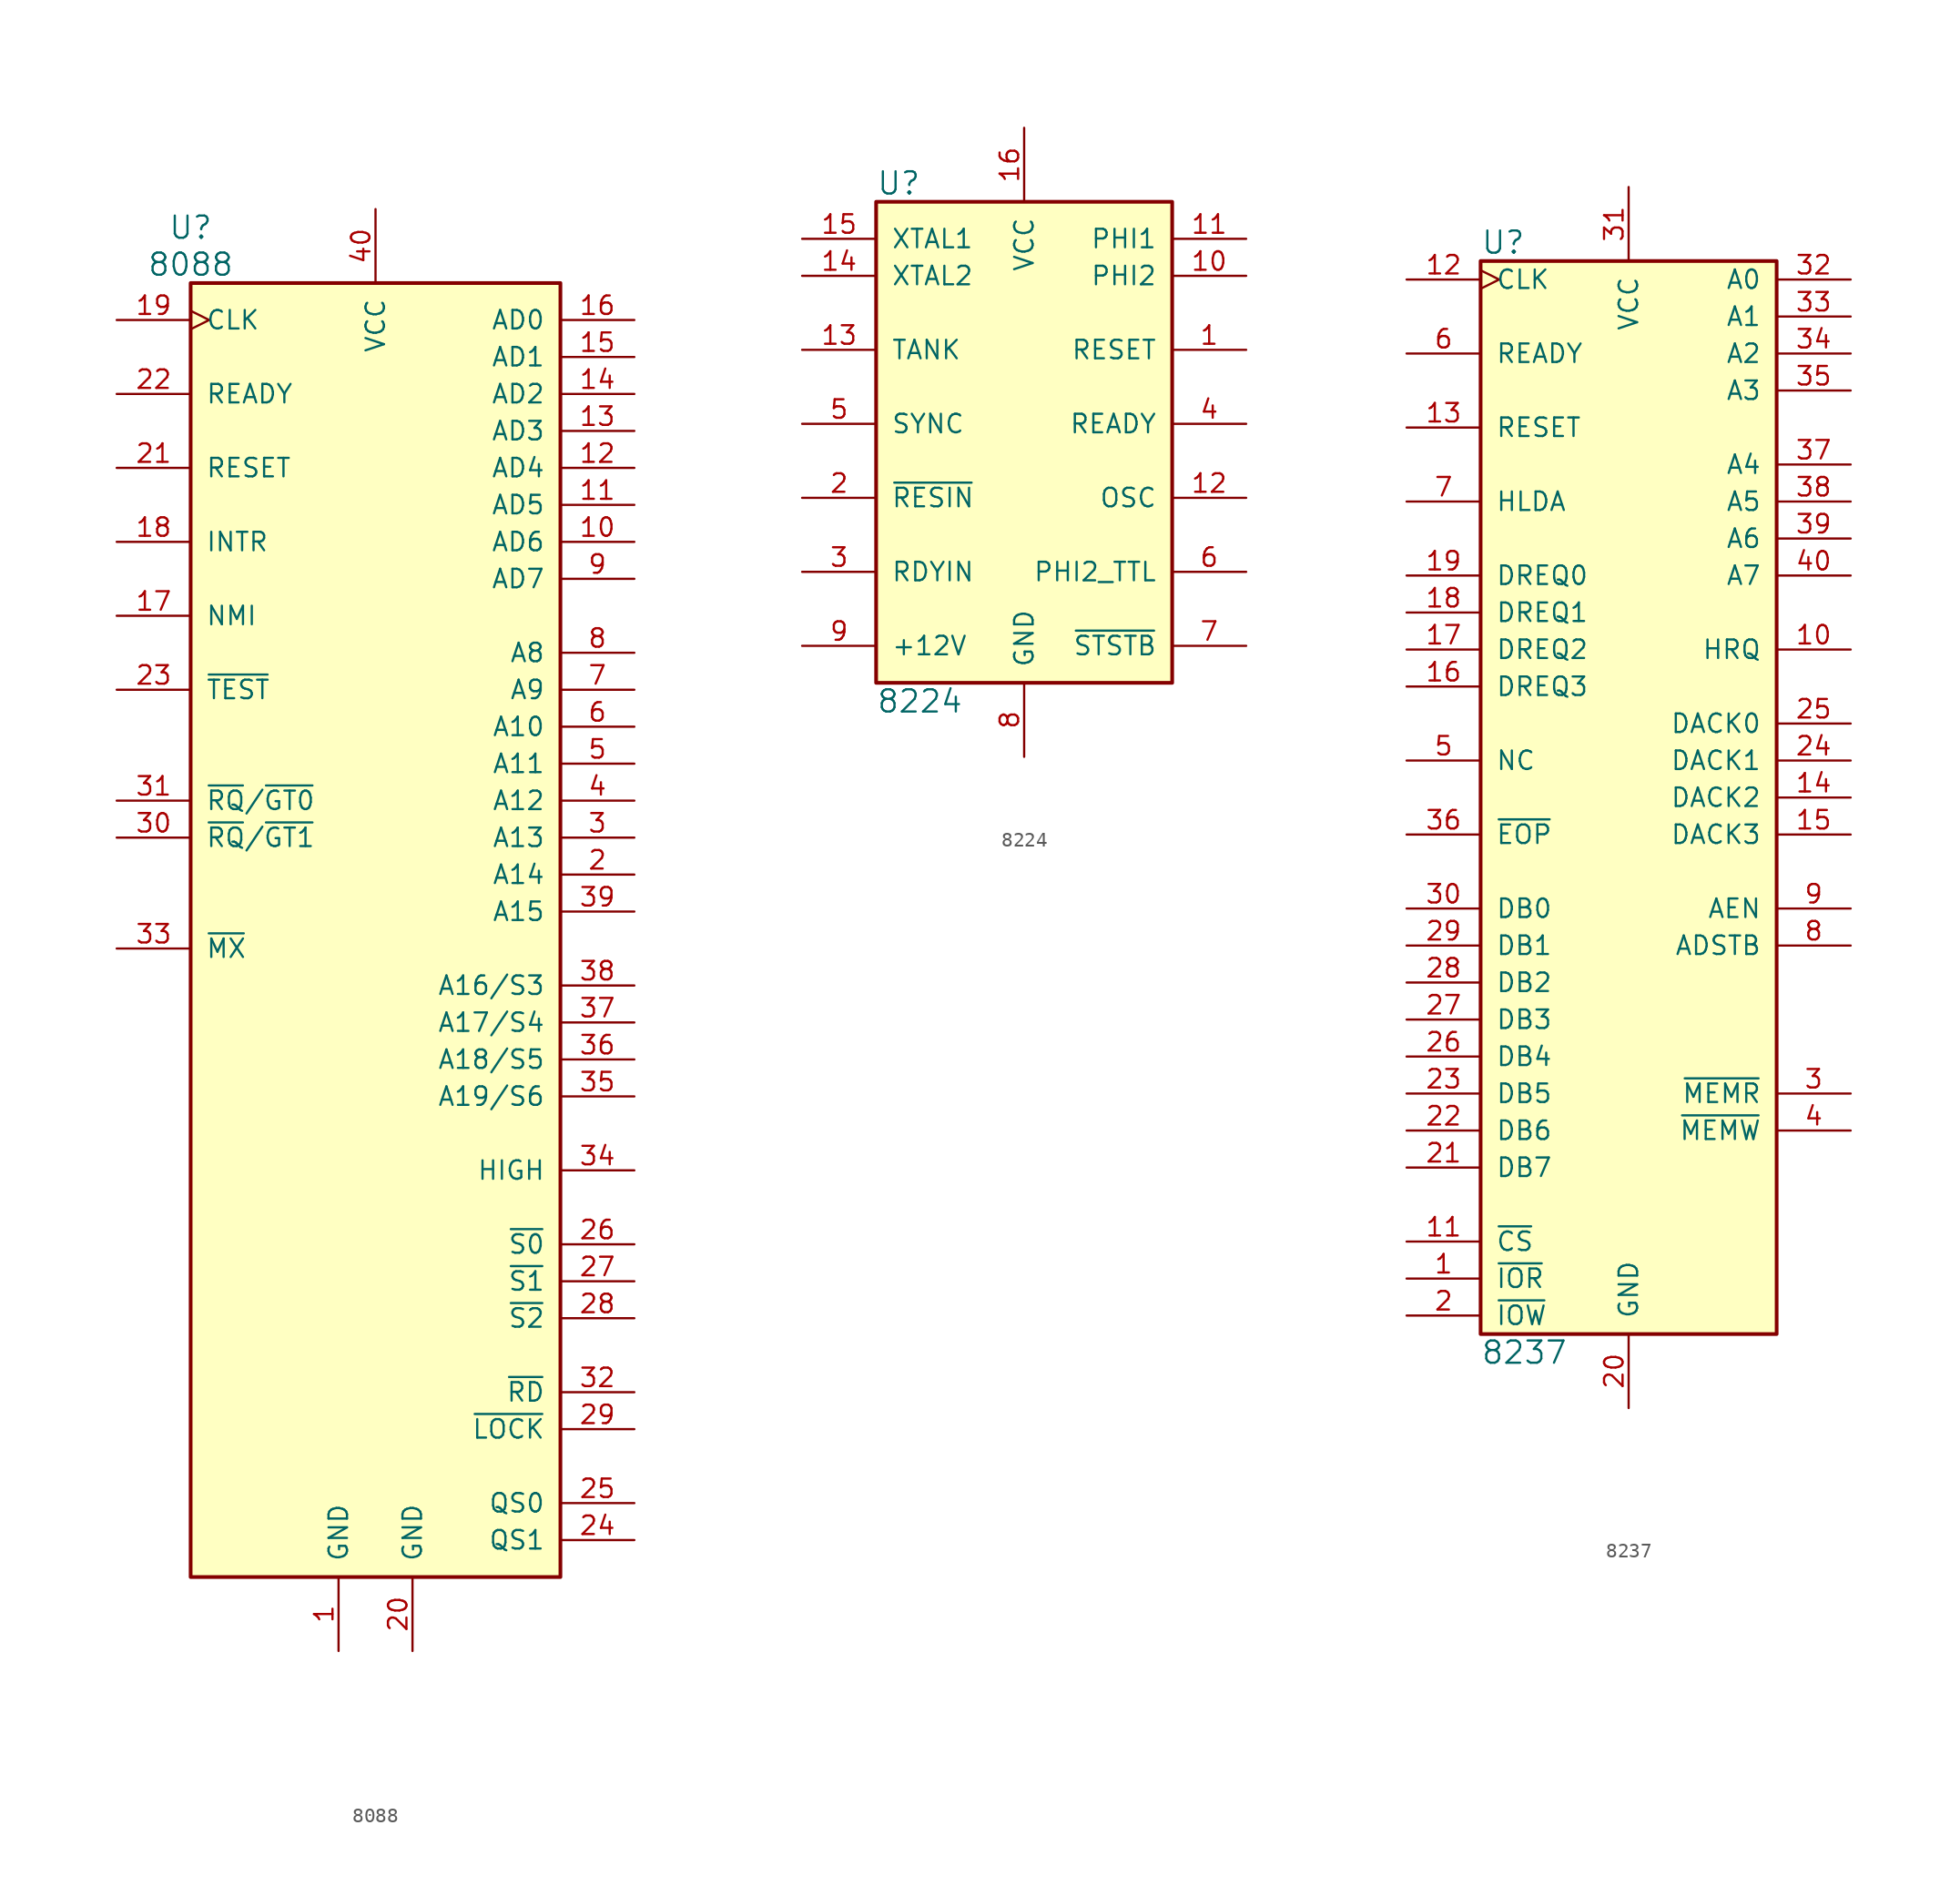
<source format=kicad_sym>
(kicad_symbol_lib
  (version 20211014)
  (generator kicad_symbol_editor)
  (symbol "8088"
    (pin_names
      (offset 1.016))
    (property "Reference" "U"
      (at -12.7 48.26 0)
      (effects (font (size 1.524 1.524))))
    (property "Value" "8088"
      (at -12.7 45.72 0)
      (effects (font (size 1.524 1.524))))
    (property "Datasheet" ""
      (at 0 0 0)
      (effects (font (size 1.524 1.524))))
    (symbol "8088_0_1"
      (rectangle (start -12.7 44.45) (end 12.7 -44.45) (stroke (width 0.254) (type default) (color 0 0 0 0)) (fill (type background))))
    (symbol "8088_1_1"
      (pin power_in line (at -2.54 -49.53 90) (length 5.08) (name "GND" (effects (font (size 1.27 1.27)))) (number "1" (effects (font (size 1.27 1.27)))))
      (pin bidirectional line (at 17.78 26.67 180) (length 5.08) (name "AD6" (effects (font (size 1.27 1.27)))) (number "10" (effects (font (size 1.27 1.27)))))
      (pin bidirectional line (at 17.78 29.21 180) (length 5.08) (name "AD5" (effects (font (size 1.27 1.27)))) (number "11" (effects (font (size 1.27 1.27)))))
      (pin bidirectional line (at 17.78 31.75 180) (length 5.08) (name "AD4" (effects (font (size 1.27 1.27)))) (number "12" (effects (font (size 1.27 1.27)))))
      (pin bidirectional line (at 17.78 34.29 180) (length 5.08) (name "AD3" (effects (font (size 1.27 1.27)))) (number "13" (effects (font (size 1.27 1.27)))))
      (pin bidirectional line (at 17.78 36.83 180) (length 5.08) (name "AD2" (effects (font (size 1.27 1.27)))) (number "14" (effects (font (size 1.27 1.27)))))
      (pin bidirectional line (at 17.78 39.37 180) (length 5.08) (name "AD1" (effects (font (size 1.27 1.27)))) (number "15" (effects (font (size 1.27 1.27)))))
      (pin bidirectional line (at 17.78 41.91 180) (length 5.08) (name "AD0" (effects (font (size 1.27 1.27)))) (number "16" (effects (font (size 1.27 1.27)))))
      (pin input line (at -17.78 21.59 0) (length 5.08) (name "NMI" (effects (font (size 1.27 1.27)))) (number "17" (effects (font (size 1.27 1.27)))))
      (pin input line (at -17.78 26.67 0) (length 5.08) (name "INTR" (effects (font (size 1.27 1.27)))) (number "18" (effects (font (size 1.27 1.27)))))
      (pin input clock (at -17.78 41.91 0) (length 5.08) (name "CLK" (effects (font (size 1.27 1.27)))) (number "19" (effects (font (size 1.27 1.27)))))
      (pin output line (at 17.78 3.81 180) (length 5.08) (name "A14" (effects (font (size 1.27 1.27)))) (number "2" (effects (font (size 1.27 1.27)))))
      (pin power_in line (at 2.54 -49.53 90) (length 5.08) (name "GND" (effects (font (size 1.27 1.27)))) (number "20" (effects (font (size 1.27 1.27)))))
      (pin input line (at -17.78 31.75 0) (length 5.08) (name "RESET" (effects (font (size 1.27 1.27)))) (number "21" (effects (font (size 1.27 1.27)))))
      (pin input line (at -17.78 36.83 0) (length 5.08) (name "READY" (effects (font (size 1.27 1.27)))) (number "22" (effects (font (size 1.27 1.27)))))
      (pin input line (at -17.78 16.51 0) (length 5.08) (name "~{TEST}" (effects (font (size 1.27 1.27)))) (number "23" (effects (font (size 1.27 1.27)))))
      (pin output line (at 17.78 -41.91 180) (length 5.08) (name "QS1" (effects (font (size 1.27 1.27)))) (number "24" (effects (font (size 1.27 1.27)))))
      (pin output line (at 17.78 -39.37 180) (length 5.08) (name "QS0" (effects (font (size 1.27 1.27)))) (number "25" (effects (font (size 1.27 1.27)))))
      (pin output line (at 17.78 -21.59 180) (length 5.08) (name "~{S0}" (effects (font (size 1.27 1.27)))) (number "26" (effects (font (size 1.27 1.27)))))
      (pin output line (at 17.78 -24.13 180) (length 5.08) (name "~{S1}" (effects (font (size 1.27 1.27)))) (number "27" (effects (font (size 1.27 1.27)))))
      (pin output line (at 17.78 -26.67 180) (length 5.08) (name "~{S2}" (effects (font (size 1.27 1.27)))) (number "28" (effects (font (size 1.27 1.27)))))
      (pin output line (at 17.78 -34.29 180) (length 5.08) (name "~{LOCK}" (effects (font (size 1.27 1.27)))) (number "29" (effects (font (size 1.27 1.27)))))
      (pin output line (at 17.78 6.35 180) (length 5.08) (name "A13" (effects (font (size 1.27 1.27)))) (number "3" (effects (font (size 1.27 1.27)))))
      (pin bidirectional line (at -17.78 6.35 0) (length 5.08) (name "~{RQ}/~{GT1}" (effects (font (size 1.27 1.27)))) (number "30" (effects (font (size 1.27 1.27)))))
      (pin bidirectional line (at -17.78 8.89 0) (length 5.08) (name "~{RQ}/~{GT0}" (effects (font (size 1.27 1.27)))) (number "31" (effects (font (size 1.27 1.27)))))
      (pin output line (at 17.78 -31.75 180) (length 5.08) (name "~{RD}" (effects (font (size 1.27 1.27)))) (number "32" (effects (font (size 1.27 1.27)))))
      (pin input line (at -17.78 -1.27 0) (length 5.08) (name "~{MX}" (effects (font (size 1.27 1.27)))) (number "33" (effects (font (size 1.27 1.27)))))
      (pin output line (at 17.78 -16.51 180) (length 5.08) (name "HIGH" (effects (font (size 1.27 1.27)))) (number "34" (effects (font (size 1.27 1.27)))))
      (pin output line (at 17.78 -11.43 180) (length 5.08) (name "A19/S6" (effects (font (size 1.27 1.27)))) (number "35" (effects (font (size 1.27 1.27)))))
      (pin output line (at 17.78 -8.89 180) (length 5.08) (name "A18/S5" (effects (font (size 1.27 1.27)))) (number "36" (effects (font (size 1.27 1.27)))))
      (pin output line (at 17.78 -6.35 180) (length 5.08) (name "A17/S4" (effects (font (size 1.27 1.27)))) (number "37" (effects (font (size 1.27 1.27)))))
      (pin output line (at 17.78 -3.81 180) (length 5.08) (name "A16/S3" (effects (font (size 1.27 1.27)))) (number "38" (effects (font (size 1.27 1.27)))))
      (pin output line (at 17.78 1.27 180) (length 5.08) (name "A15" (effects (font (size 1.27 1.27)))) (number "39" (effects (font (size 1.27 1.27)))))
      (pin output line (at 17.78 8.89 180) (length 5.08) (name "A12" (effects (font (size 1.27 1.27)))) (number "4" (effects (font (size 1.27 1.27)))))
      (pin power_in line (at 0 49.53 270) (length 5.08) (name "VCC" (effects (font (size 1.27 1.27)))) (number "40" (effects (font (size 1.27 1.27)))))
      (pin output line (at 17.78 11.43 180) (length 5.08) (name "A11" (effects (font (size 1.27 1.27)))) (number "5" (effects (font (size 1.27 1.27)))))
      (pin output line (at 17.78 13.97 180) (length 5.08) (name "A10" (effects (font (size 1.27 1.27)))) (number "6" (effects (font (size 1.27 1.27)))))
      (pin output line (at 17.78 16.51 180) (length 5.08) (name "A9" (effects (font (size 1.27 1.27)))) (number "7" (effects (font (size 1.27 1.27)))))
      (pin output line (at 17.78 19.05 180) (length 5.08) (name "A8" (effects (font (size 1.27 1.27)))) (number "8" (effects (font (size 1.27 1.27)))))
      (pin bidirectional line (at 17.78 24.13 180) (length 5.08) (name "AD7" (effects (font (size 1.27 1.27)))) (number "9" (effects (font (size 1.27 1.27)))))))
  (symbol "8224"
    (pin_names
      (offset 1.016))
    (property "Reference" "U"
      (at -10.16 17.78 0)
      (effects (font (size 1.524 1.524)) (justify left)))
    (property "Value" "8224"
      (at -10.16 -17.78 0)
      (effects (font (size 1.524 1.524)) (justify left)))
    (symbol "8224_0_1"
      (rectangle (start -10.16 16.51) (end 10.16 -16.51) (stroke (width 0.254) (type default) (color 0 0 0 0)) (fill (type background))))
    (symbol "8224_1_1"
      (pin output line (at 15.24 6.35 180) (length 5.08) (name "RESET" (effects (font (size 1.27 1.27)))) (number "1" (effects (font (size 1.27 1.27)))))
      (pin output line (at 15.24 11.43 180) (length 5.08) (name "PHI2" (effects (font (size 1.27 1.27)))) (number "10" (effects (font (size 1.27 1.27)))))
      (pin output line (at 15.24 13.97 180) (length 5.08) (name "PHI1" (effects (font (size 1.27 1.27)))) (number "11" (effects (font (size 1.27 1.27)))))
      (pin output line (at 15.24 -3.81 180) (length 5.08) (name "OSC" (effects (font (size 1.27 1.27)))) (number "12" (effects (font (size 1.27 1.27)))))
      (pin input line (at -15.24 6.35 0) (length 5.08) (name "TANK" (effects (font (size 1.27 1.27)))) (number "13" (effects (font (size 1.27 1.27)))))
      (pin input line (at -15.24 11.43 0) (length 5.08) (name "XTAL2" (effects (font (size 1.27 1.27)))) (number "14" (effects (font (size 1.27 1.27)))))
      (pin input line (at -15.24 13.97 0) (length 5.08) (name "XTAL1" (effects (font (size 1.27 1.27)))) (number "15" (effects (font (size 1.27 1.27)))))
      (pin power_in line (at 0 21.59 270) (length 5.08) (name "VCC" (effects (font (size 1.27 1.27)))) (number "16" (effects (font (size 1.27 1.27)))))
      (pin input line (at -15.24 -3.81 0) (length 5.08) (name "~{RESIN}" (effects (font (size 1.27 1.27)))) (number "2" (effects (font (size 1.27 1.27)))))
      (pin input line (at -15.24 -8.89 0) (length 5.08) (name "RDYIN" (effects (font (size 1.27 1.27)))) (number "3" (effects (font (size 1.27 1.27)))))
      (pin output line (at 15.24 1.27 180) (length 5.08) (name "READY" (effects (font (size 1.27 1.27)))) (number "4" (effects (font (size 1.27 1.27)))))
      (pin input line (at -15.24 1.27 0) (length 5.08) (name "SYNC" (effects (font (size 1.27 1.27)))) (number "5" (effects (font (size 1.27 1.27)))))
      (pin output line (at 15.24 -8.89 180) (length 5.08) (name "PHI2_TTL" (effects (font (size 1.27 1.27)))) (number "6" (effects (font (size 1.27 1.27)))))
      (pin output line (at 15.24 -13.97 180) (length 5.08) (name "~{STSTB}" (effects (font (size 1.27 1.27)))) (number "7" (effects (font (size 1.27 1.27)))))
      (pin power_in line (at 0 -21.59 90) (length 5.08) (name "GND" (effects (font (size 1.27 1.27)))) (number "8" (effects (font (size 1.27 1.27)))))
      (pin power_in line (at -15.24 -13.97 0) (length 5.08) (name "+12V" (effects (font (size 1.27 1.27)))) (number "9" (effects (font (size 1.27 1.27)))))))
  (symbol "8237"
    (pin_names
      (offset 1.016))
    (property "Reference" "U"
      (at -10.16 38.1 0)
      (effects (font (size 1.524 1.524)) (justify left)))
    (property "Value" "8237"
      (at -10.16 -38.1 0)
      (effects (font (size 1.524 1.524)) (justify left)))
    (property "Datasheet" ""
      (at 0 0 0)
      (effects (font (size 1.524 1.524))))
    (symbol "8237_0_1"
      (rectangle (start -10.16 36.83) (end 10.16 -36.83) (stroke (width 0.254) (type default) (color 0 0 0 0)) (fill (type background))))
    (symbol "8237_1_1"
      (pin bidirectional line (at -15.24 -33.02 0) (length 5.08) (name "~{IOR}" (effects (font (size 1.27 1.27)))) (number "1" (effects (font (size 1.27 1.27)))))
      (pin output line (at 15.24 10.16 180) (length 5.08) (name "HRQ" (effects (font (size 1.27 1.27)))) (number "10" (effects (font (size 1.27 1.27)))))
      (pin input line (at -15.24 -30.48 0) (length 5.08) (name "~{CS}" (effects (font (size 1.27 1.27)))) (number "11" (effects (font (size 1.27 1.27)))))
      (pin input clock (at -15.24 35.56 0) (length 5.08) (name "CLK" (effects (font (size 1.27 1.27)))) (number "12" (effects (font (size 1.27 1.27)))))
      (pin input line (at -15.24 25.4 0) (length 5.08) (name "RESET" (effects (font (size 1.27 1.27)))) (number "13" (effects (font (size 1.27 1.27)))))
      (pin output line (at 15.24 0 180) (length 5.08) (name "DACK2" (effects (font (size 1.27 1.27)))) (number "14" (effects (font (size 1.27 1.27)))))
      (pin output line (at 15.24 -2.54 180) (length 5.08) (name "DACK3" (effects (font (size 1.27 1.27)))) (number "15" (effects (font (size 1.27 1.27)))))
      (pin input line (at -15.24 7.62 0) (length 5.08) (name "DREQ3" (effects (font (size 1.27 1.27)))) (number "16" (effects (font (size 1.27 1.27)))))
      (pin input line (at -15.24 10.16 0) (length 5.08) (name "DREQ2" (effects (font (size 1.27 1.27)))) (number "17" (effects (font (size 1.27 1.27)))))
      (pin input line (at -15.24 12.7 0) (length 5.08) (name "DREQ1" (effects (font (size 1.27 1.27)))) (number "18" (effects (font (size 1.27 1.27)))))
      (pin input line (at -15.24 15.24 0) (length 5.08) (name "DREQ0" (effects (font (size 1.27 1.27)))) (number "19" (effects (font (size 1.27 1.27)))))
      (pin bidirectional line (at -15.24 -35.56 0) (length 5.08) (name "~{IOW}" (effects (font (size 1.27 1.27)))) (number "2" (effects (font (size 1.27 1.27)))))
      (pin power_in line (at 0 -41.91 90) (length 5.08) (name "GND" (effects (font (size 1.27 1.27)))) (number "20" (effects (font (size 1.27 1.27)))))
      (pin bidirectional line (at -15.24 -25.4 0) (length 5.08) (name "DB7" (effects (font (size 1.27 1.27)))) (number "21" (effects (font (size 1.27 1.27)))))
      (pin bidirectional line (at -15.24 -22.86 0) (length 5.08) (name "DB6" (effects (font (size 1.27 1.27)))) (number "22" (effects (font (size 1.27 1.27)))))
      (pin bidirectional line (at -15.24 -20.32 0) (length 5.08) (name "DB5" (effects (font (size 1.27 1.27)))) (number "23" (effects (font (size 1.27 1.27)))))
      (pin output line (at 15.24 2.54 180) (length 5.08) (name "DACK1" (effects (font (size 1.27 1.27)))) (number "24" (effects (font (size 1.27 1.27)))))
      (pin output line (at 15.24 5.08 180) (length 5.08) (name "DACK0" (effects (font (size 1.27 1.27)))) (number "25" (effects (font (size 1.27 1.27)))))
      (pin bidirectional line (at -15.24 -17.78 0) (length 5.08) (name "DB4" (effects (font (size 1.27 1.27)))) (number "26" (effects (font (size 1.27 1.27)))))
      (pin bidirectional line (at -15.24 -15.24 0) (length 5.08) (name "DB3" (effects (font (size 1.27 1.27)))) (number "27" (effects (font (size 1.27 1.27)))))
      (pin bidirectional line (at -15.24 -12.7 0) (length 5.08) (name "DB2" (effects (font (size 1.27 1.27)))) (number "28" (effects (font (size 1.27 1.27)))))
      (pin bidirectional line (at -15.24 -10.16 0) (length 5.08) (name "DB1" (effects (font (size 1.27 1.27)))) (number "29" (effects (font (size 1.27 1.27)))))
      (pin tri_state line (at 15.24 -20.32 180) (length 5.08) (name "~{MEMR}" (effects (font (size 1.27 1.27)))) (number "3" (effects (font (size 1.27 1.27)))))
      (pin bidirectional line (at -15.24 -7.62 0) (length 5.08) (name "DB0" (effects (font (size 1.27 1.27)))) (number "30" (effects (font (size 1.27 1.27)))))
      (pin power_in line (at 0 41.91 270) (length 5.08) (name "VCC" (effects (font (size 1.27 1.27)))) (number "31" (effects (font (size 1.27 1.27)))))
      (pin bidirectional line (at 15.24 35.56 180) (length 5.08) (name "A0" (effects (font (size 1.27 1.27)))) (number "32" (effects (font (size 1.27 1.27)))))
      (pin bidirectional line (at 15.24 33.02 180) (length 5.08) (name "A1" (effects (font (size 1.27 1.27)))) (number "33" (effects (font (size 1.27 1.27)))))
      (pin bidirectional line (at 15.24 30.48 180) (length 5.08) (name "A2" (effects (font (size 1.27 1.27)))) (number "34" (effects (font (size 1.27 1.27)))))
      (pin bidirectional line (at 15.24 27.94 180) (length 5.08) (name "A3" (effects (font (size 1.27 1.27)))) (number "35" (effects (font (size 1.27 1.27)))))
      (pin bidirectional line (at -15.24 -2.54 0) (length 5.08) (name "~{EOP}" (effects (font (size 1.27 1.27)))) (number "36" (effects (font (size 1.27 1.27)))))
      (pin tri_state line (at 15.24 22.86 180) (length 5.08) (name "A4" (effects (font (size 1.27 1.27)))) (number "37" (effects (font (size 1.27 1.27)))))
      (pin tri_state line (at 15.24 20.32 180) (length 5.08) (name "A5" (effects (font (size 1.27 1.27)))) (number "38" (effects (font (size 1.27 1.27)))))
      (pin tri_state line (at 15.24 17.78 180) (length 5.08) (name "A6" (effects (font (size 1.27 1.27)))) (number "39" (effects (font (size 1.27 1.27)))))
      (pin tri_state line (at 15.24 -22.86 180) (length 5.08) (name "~{MEMW}" (effects (font (size 1.27 1.27)))) (number "4" (effects (font (size 1.27 1.27)))))
      (pin tri_state line (at 15.24 15.24 180) (length 5.08) (name "A7" (effects (font (size 1.27 1.27)))) (number "40" (effects (font (size 1.27 1.27)))))
      (pin input line (at -15.24 2.54 0) (length 5.08) (name "NC" (effects (font (size 1.27 1.27)))) (number "5" (effects (font (size 1.27 1.27)))))
      (pin input line (at -15.24 30.48 0) (length 5.08) (name "READY" (effects (font (size 1.27 1.27)))) (number "6" (effects (font (size 1.27 1.27)))))
      (pin input line (at -15.24 20.32 0) (length 5.08) (name "HLDA" (effects (font (size 1.27 1.27)))) (number "7" (effects (font (size 1.27 1.27)))))
      (pin output line (at 15.24 -10.16 180) (length 5.08) (name "ADSTB" (effects (font (size 1.27 1.27)))) (number "8" (effects (font (size 1.27 1.27)))))
      (pin output line (at 15.24 -7.62 180) (length 5.08) (name "AEN" (effects (font (size 1.27 1.27)))) (number "9" (effects (font (size 1.27 1.27))))))))
</source>
